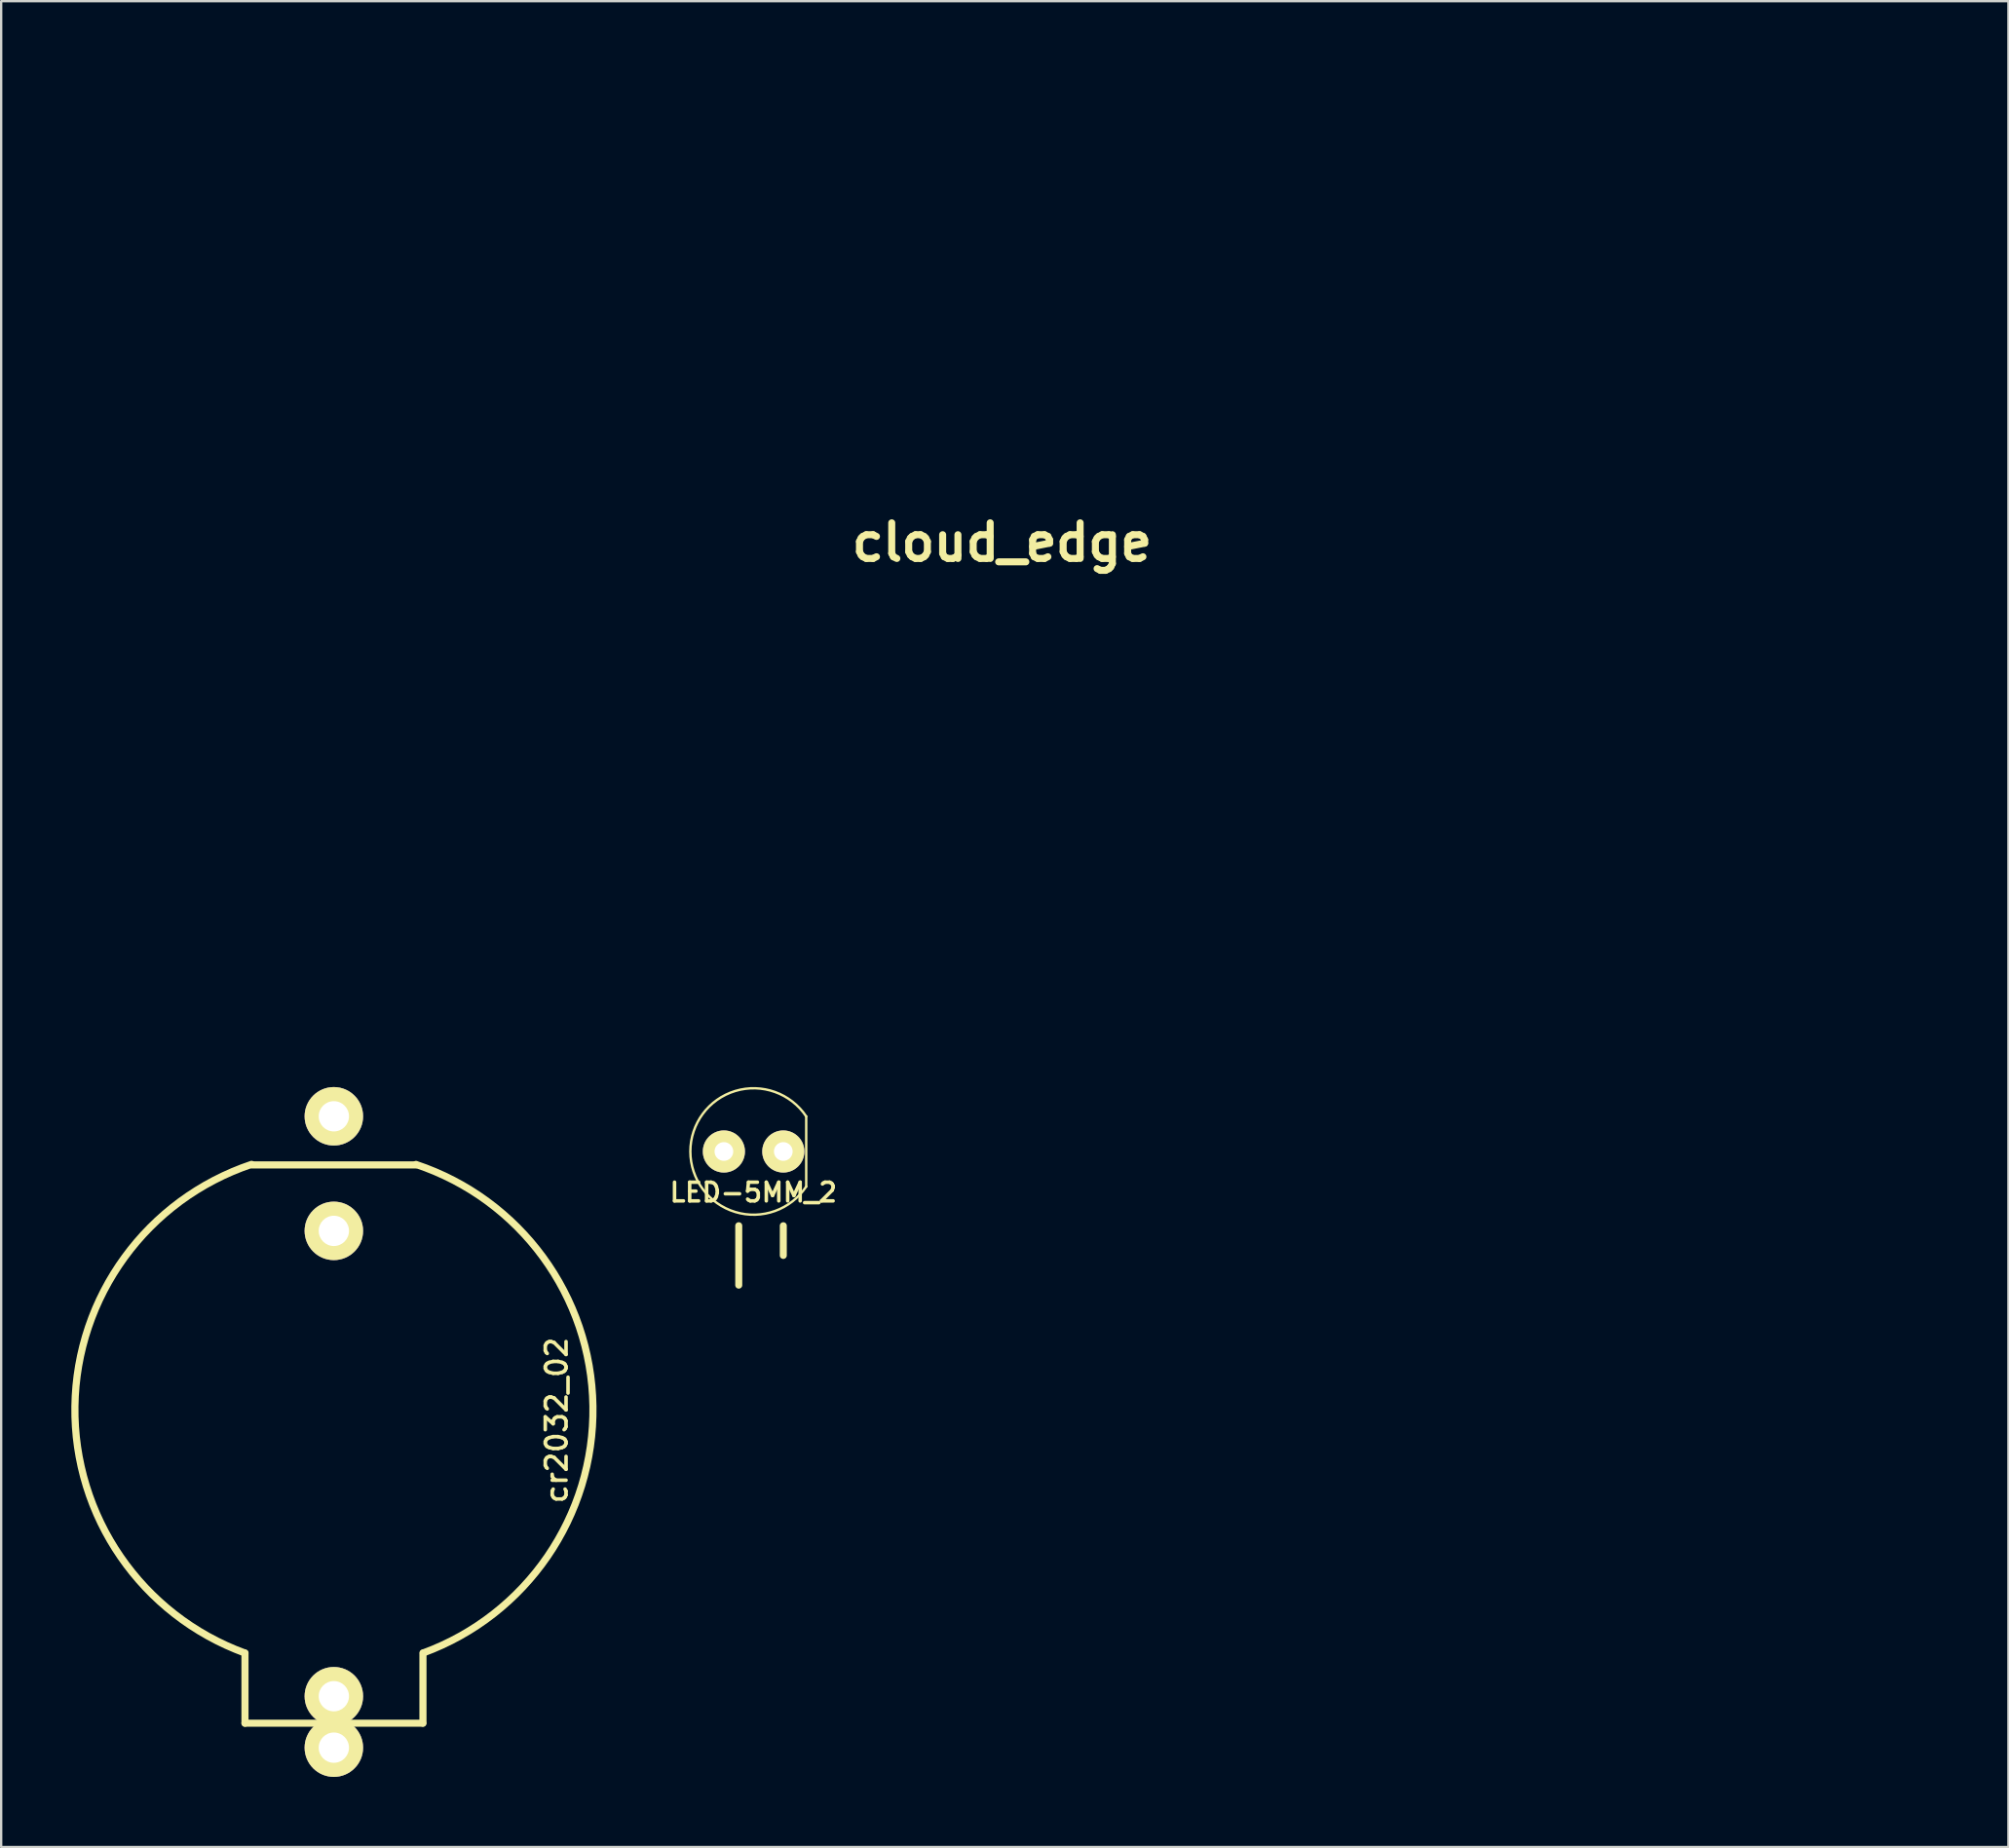
<source format=kicad_pcb>
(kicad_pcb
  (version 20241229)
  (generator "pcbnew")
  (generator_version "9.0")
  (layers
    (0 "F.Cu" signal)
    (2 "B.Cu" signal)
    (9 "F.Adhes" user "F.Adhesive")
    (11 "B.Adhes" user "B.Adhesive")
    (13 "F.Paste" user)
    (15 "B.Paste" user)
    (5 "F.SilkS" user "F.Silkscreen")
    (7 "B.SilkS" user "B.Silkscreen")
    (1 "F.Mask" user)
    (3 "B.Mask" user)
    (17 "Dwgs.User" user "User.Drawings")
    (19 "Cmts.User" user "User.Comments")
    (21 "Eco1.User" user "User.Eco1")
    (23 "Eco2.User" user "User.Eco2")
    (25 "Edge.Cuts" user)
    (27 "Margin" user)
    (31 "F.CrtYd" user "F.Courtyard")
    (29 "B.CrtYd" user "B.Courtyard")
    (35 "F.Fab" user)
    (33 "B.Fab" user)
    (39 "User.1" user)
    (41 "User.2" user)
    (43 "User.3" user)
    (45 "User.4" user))
  (footprint "cr2032_02"
    (layer "F.Cu")
    (at 11.225 57.688)
    (property "Reference" "cr2032_02" (at 9.525 0 270) (layer "F.SilkS") (effects (font (size 0.889 0.889) (thickness 0.152))))
    (attr through_hole)
    (fp_line (start -3.8 9.954) (end -3.8 12.954) (stroke (width 0.305) (type solid)) (layer "F.SilkS"))
    (fp_line (start -3.8 12.954) (end 3.8 12.954) (stroke (width 0.305) (type solid)) (layer "F.SilkS"))
    (fp_line (start -3.5 -10.922) (end 3.5 -10.922) (stroke (width 0.305) (type solid)) (layer "F.SilkS"))
    (fp_line (start 3.81 12.954) (end 3.81 9.954) (stroke (width 0.305) (type solid)) (layer "F.SilkS"))
    (fp_arc (start -3.8 9.954) (mid -11.071485 -0.595094) (end -3.51857 -10.944555) (stroke (width 0.3048) (type solid)) (layer "F.SilkS"))
    (fp_arc (start 3.51155 -10.941758) (mid 11.07826 -0.608856) (end 3.826964 9.947786) (stroke (width 0.3048) (type solid)) (layer "F.SilkS"))
    (pad "1" thru_hole circle (at 0 11.8) (size 2.5 2.5) (drill 1.295) (layers "*.Cu" "*.Mask" "F.SilkS"))
    (pad "1" thru_hole circle (at 0 14) (size 2.5 2.5) (drill 1.295) (layers "*.Cu" "*.Mask" "F.SilkS"))
    (pad "2" thru_hole circle (at 0 -13) (size 2.5 2.5) (drill 1.295) (layers "*.Cu" "*.Mask" "F.SilkS"))
    (pad "2" thru_hole circle (at 0 -8.1) (size 2.5 2.5) (drill 1.295) (layers "*.Cu" "*.Mask" "F.SilkS")))
  (footprint "LED-5MM_2"
    (layer "F.Cu")
    (at 29.173 46.193)
    (property "Reference" "LED-5MM_2" (at -0.009 1.75 180) (layer "F.SilkS") (effects (font (size 0.8 0.8) (thickness 0.15))))
    (attr through_hole)
    (fp_line (start -0.635 3.175) (end -0.635 5.715) (stroke (width 0.3) (type solid)) (layer "F.SilkS"))
    (fp_line (start 1.27 3.175) (end 1.27 4.445) (stroke (width 0.3) (type solid)) (layer "F.SilkS"))
    (fp_line (start 2.25 -1.5) (end 2.25 1.5) (stroke (width 0.102) (type solid)) (layer "F.SilkS"))
    (fp_arc (start 2.25 1.5) (mid -2.704163 0.000469) (end 2.24948 -1.50078) (stroke (width 0.1016) (type solid)) (layer "F.SilkS"))
    (pad "1" thru_hole circle (at -1.27 0) (size 1.8 1.8) (drill 0.8) (layers "*.Cu" "*.Mask" "F.SilkS"))
    (pad "2" thru_hole circle (at 1.27 0) (size 1.8 1.8) (drill 0.8) (layers "*.Cu" "*.Mask" "F.SilkS")))
  (footprint "cloud_edge"
    (layer "F.Cu")
    (at 39.797 20.143)
    (property "Reference" "cloud_edge" (at 0 0 0) (layer "F.SilkS") (effects (font (size 1.524 1.524) (thickness 0.3))))
    (attr through_hole)
    (fp_poly (pts (xy 5.959 -20.134) (xy 8.12 -19.952) (xy 10.009 -19.591) (xy 10.033 -19.585) (xy 13.068 -18.516) (xy 15.864 -17.02) (xy 18.379 -15.13) (xy 20.571 -12.88) (xy 22.398 -10.304) (xy 23.138 -8.954) (xy 24.184 -6.858) (xy 26.461 -6.858) (xy 29.072 -6.615) (xy 31.525 -5.907) (xy 33.77 -4.763) (xy 35.761 -3.215) (xy 37.448 -1.293) (xy 38.732 0.866) (xy 39.617 3.249) (xy 40.026 5.664) (xy 39.986 8.057) (xy 39.524 10.378) (xy 38.666 12.575) (xy 37.437 14.596) (xy 35.864 16.388) (xy 33.974 17.901) (xy 31.792 19.082) (xy 29.344 19.881) (xy 29.083 19.938) (xy 28.737 19.998) (xy 28.283 20.051) (xy 27.691 20.097) (xy 26.933 20.138) (xy 25.982 20.173) (xy 24.807 20.203) (xy 23.382 20.228) (xy 21.677 20.248) (xy 19.663 20.263) (xy 17.314 20.275) (xy 14.6 20.283) (xy 11.492 20.288) (xy 7.963 20.29) (xy 3.983 20.289) (xy -0.475 20.286) (xy -0.635 20.286) (xy -4.383 20.28) (xy -8.004 20.272) (xy -11.464 20.26) (xy -14.728 20.246) (xy -17.762 20.229) (xy -20.533 20.209) (xy -23.005 20.188) (xy -25.144 20.165) (xy -26.917 20.141) (xy -28.289 20.115) (xy -29.226 20.088) (xy -29.693 20.061) (xy -29.718 20.057) (xy -32.054 19.402) (xy -34.156 18.339) (xy -35.984 16.922) (xy -37.5 15.205) (xy -38.666 13.24) (xy -39.443 11.083) (xy -39.792 8.785) (xy -39.741 7.76) (xy -38.772 7.76) (xy -38.613 10.043) (xy -37.986 12.25) (xy -37.685 12.927) (xy -36.944 14.127) (xy -35.903 15.39) (xy -34.7 16.577) (xy -33.475 17.548) (xy -32.639 18.042) (xy -32.251 18.228) (xy -31.88 18.393) (xy -31.496 18.54) (xy -31.069 18.67) (xy -30.57 18.783) (xy -29.97 18.88) (xy -29.239 18.964) (xy -28.348 19.035) (xy -27.266 19.093) (xy -25.965 19.141) (xy -24.414 19.18) (xy -22.585 19.21) (xy -20.447 19.232) (xy -17.972 19.249) (xy -15.13 19.26) (xy -11.89 19.268) (xy -8.224 19.273) (xy -4.102 19.276) (xy -0.635 19.278) (xy 3.858 19.28) (xy 7.87 19.28) (xy 11.431 19.277) (xy 14.567 19.271) (xy 17.308 19.261) (xy 19.68 19.248) (xy 21.713 19.232) (xy 23.433 19.211) (xy 24.869 19.185) (xy 26.049 19.154) (xy 27.001 19.119) (xy 27.753 19.077) (xy 28.333 19.03) (xy 28.769 18.977) (xy 29.025 18.931) (xy 31.329 18.199) (xy 33.408 17.059) (xy 35.222 15.57) (xy 36.731 13.789) (xy 37.894 11.773) (xy 38.67 9.58) (xy 39.019 7.268) (xy 38.902 4.893) (xy 38.898 4.865) (xy 38.299 2.465) (xy 37.275 0.319) (xy 35.792 -1.637) (xy 35.546 -1.9) (xy 33.641 -3.572) (xy 31.577 -4.772) (xy 29.318 -5.515) (xy 26.83 -5.815) (xy 25.602 -5.807) (xy 23.409 -5.715) (xy 22.832 -7.112) (xy 21.634 -9.559) (xy 20.143 -11.73) (xy 18.563 -13.483) (xy 16.173 -15.534) (xy 13.549 -17.137) (xy 10.679 -18.297) (xy 7.551 -19.022) (xy 7.194 -19.074) (xy 4.34 -19.225) (xy 1.47 -18.907) (xy -1.349 -18.152) (xy -4.047 -16.993) (xy -6.558 -15.462) (xy -8.813 -13.59) (xy -10.746 -11.412) (xy -11.64 -10.104) (xy -12.125 -9.481) (xy -12.561 -9.299) (xy -12.668 -9.316) (xy -13.119 -9.329) (xy -13.925 -9.26) (xy -14.941 -9.122) (xy -15.382 -9.05) (xy -17.725 -8.48) (xy -19.788 -7.598) (xy -21.695 -6.34) (xy -23.448 -4.76) (xy -25.433 -2.751) (xy -26.647 -2.918) (xy -28.085 -2.951) (xy -29.737 -2.726) (xy -31.403 -2.28) (xy -32.512 -1.837) (xy -33.762 -1.074) (xy -35.067 0.016) (xy -36.285 1.289) (xy -37.273 2.604) (xy -37.685 3.329) (xy -38.463 5.492) (xy -38.772 7.76) (xy -39.741 7.76) (xy -39.674 6.402) (xy -39.656 6.286) (xy -39.028 3.887) (xy -37.982 1.739) (xy -36.562 -0.121) (xy -34.81 -1.654) (xy -32.771 -2.823) (xy -30.487 -3.591) (xy -28.002 -3.919) (xy -27.926 -3.922) (xy -25.753 -3.991) (xy -23.916 -5.803) (xy -21.965 -7.455) (xy -19.833 -8.717) (xy -17.444 -9.623) (xy -14.725 -10.206) (xy -14.029 -10.3) (xy -13.218 -10.435) (xy -12.688 -10.675) (xy -12.234 -11.147) (xy -11.894 -11.621) (xy -11.02 -12.738) (xy -9.889 -13.97) (xy -8.659 -15.159) (xy -7.49 -16.144) (xy -7.088 -16.437) (xy -5.393 -17.468) (xy -3.46 -18.431) (xy -1.516 -19.22) (xy -0.288 -19.608) (xy 1.568 -19.963) (xy 3.713 -20.138) (xy 5.959 -20.134)) (stroke (width 0.01) (type solid)) (fill no) (layer "Eco1.User")))
  (gr_rect
    (start -3 -3)
    (end 82.828 75.938)
    (stroke (width 0.1) (type default))
    (fill no)
    (layer "Edge.Cuts")))
</source>
